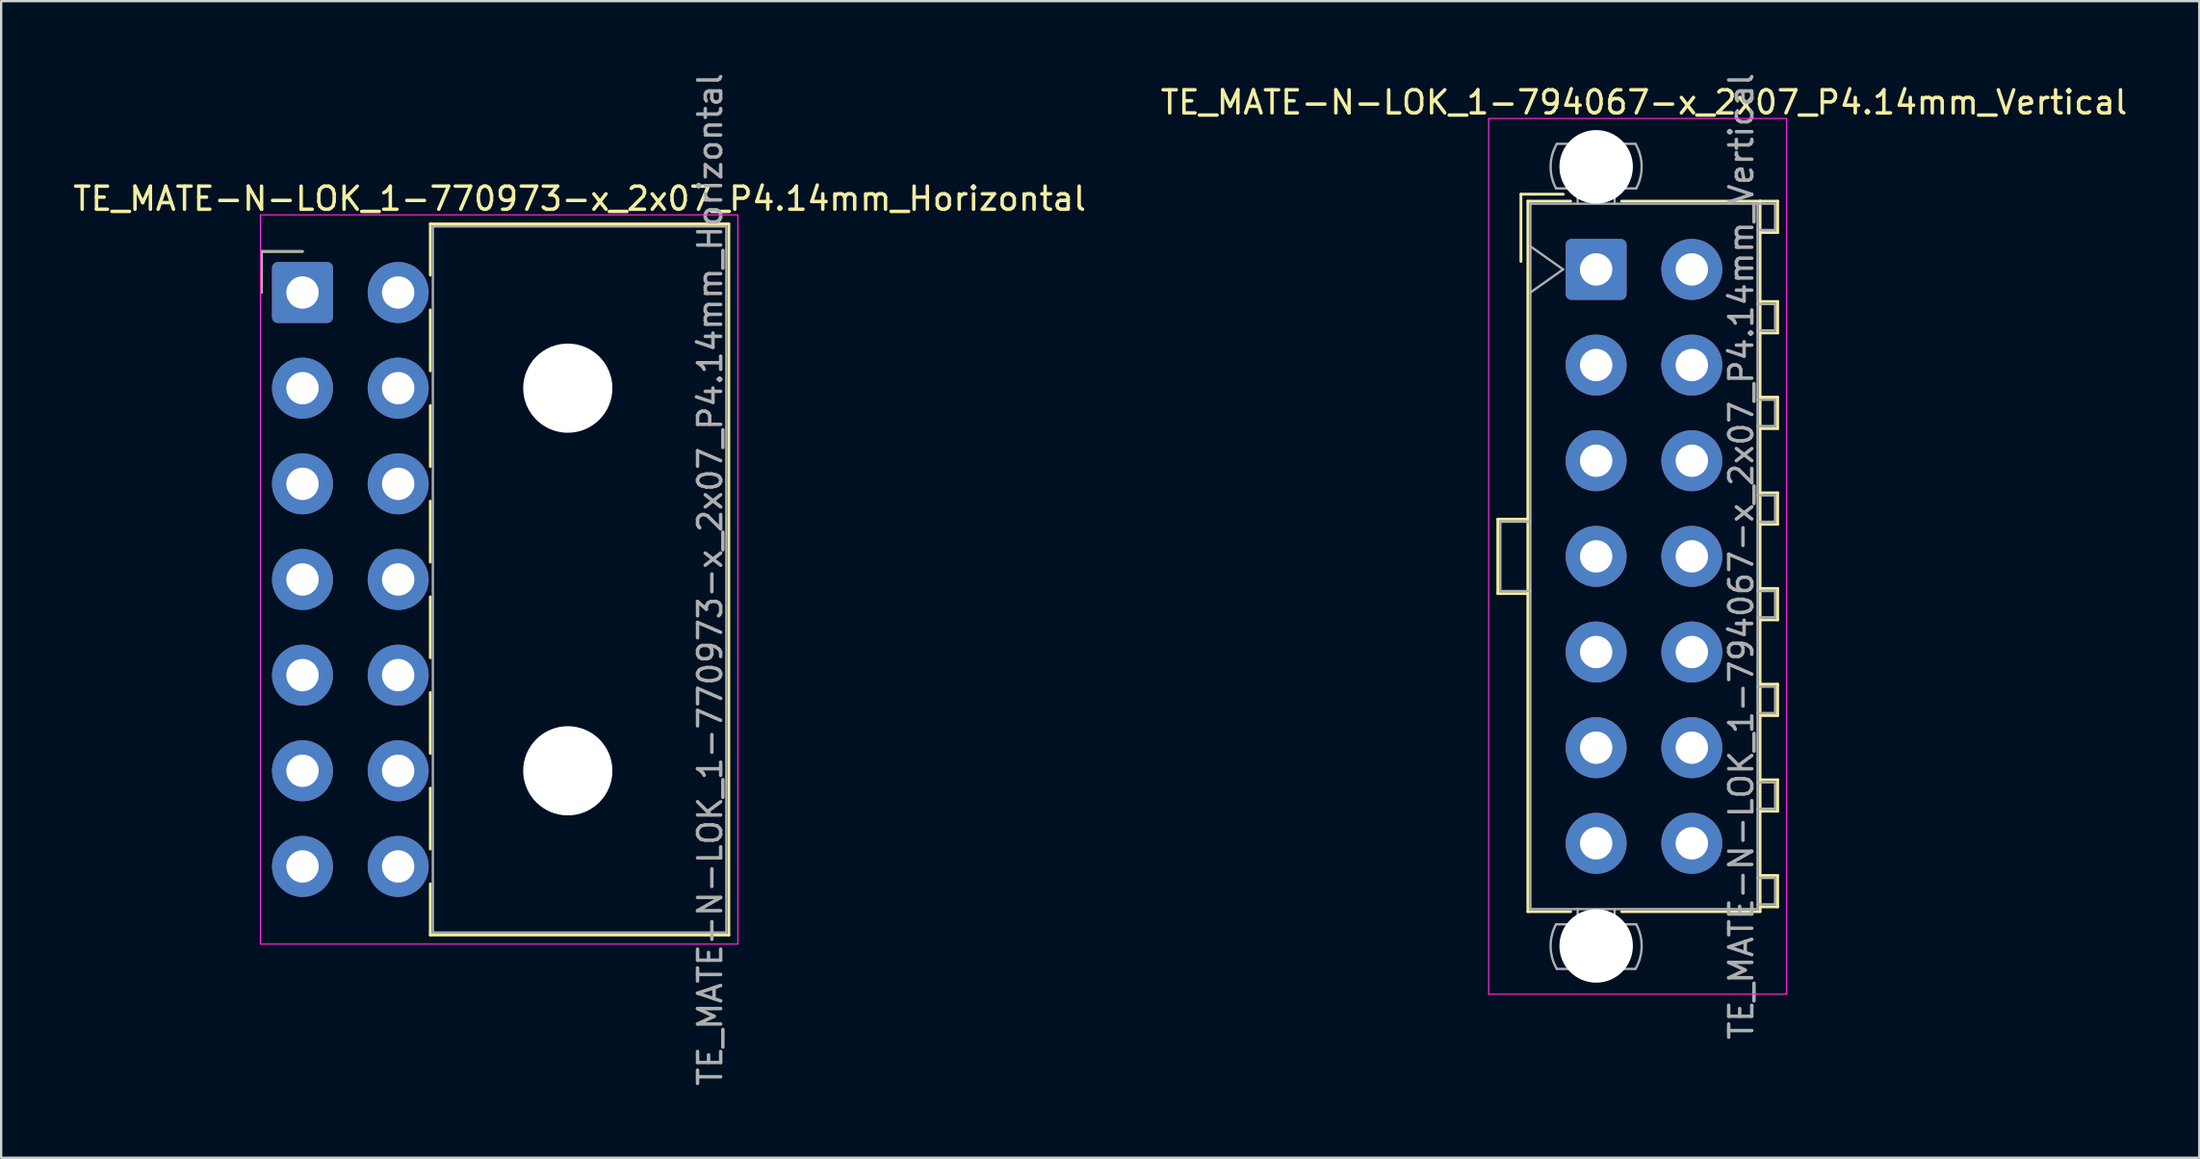
<source format=kicad_pcb>
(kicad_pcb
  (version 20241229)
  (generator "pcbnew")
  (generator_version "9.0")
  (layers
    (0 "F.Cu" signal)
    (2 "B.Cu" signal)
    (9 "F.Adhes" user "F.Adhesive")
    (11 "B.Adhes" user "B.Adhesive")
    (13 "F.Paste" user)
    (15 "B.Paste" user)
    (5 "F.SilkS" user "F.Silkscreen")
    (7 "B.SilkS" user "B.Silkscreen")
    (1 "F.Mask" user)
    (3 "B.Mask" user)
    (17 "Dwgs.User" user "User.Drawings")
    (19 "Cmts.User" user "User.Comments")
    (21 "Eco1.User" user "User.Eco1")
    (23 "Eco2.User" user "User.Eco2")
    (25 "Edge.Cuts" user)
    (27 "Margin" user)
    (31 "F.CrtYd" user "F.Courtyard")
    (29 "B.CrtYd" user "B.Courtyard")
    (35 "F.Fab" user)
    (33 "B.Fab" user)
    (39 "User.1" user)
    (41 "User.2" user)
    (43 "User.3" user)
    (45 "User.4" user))
  (footprint "TE_MATE-N-LOK_1-770973-x_2x07_P4.14mm_Horizontal"
    (layer "F.Cu")
    (at 10.04 9.61)
    (property "Reference" "TE_MATE-N-LOK_1-770973-x_2x07_P4.14mm_Horizontal" (at 11.99 -4.06 0) (layer "F.SilkS") (effects (font (size 1 1) (thickness 0.15))))
    (attr through_hole)
    (fp_line (start -1.78 -1.78) (end -1.78 0) (stroke (width 0.12) (type solid)) (layer "F.SilkS"))
    (fp_line (start 0 -1.78) (end -1.78 -1.78) (stroke (width 0.12) (type solid)) (layer "F.SilkS"))
    (fp_line (start 5.53 -2.97) (end 18.45 -2.97) (stroke (width 0.12) (type solid)) (layer "F.SilkS"))
    (fp_line (start 5.53 -0.751) (end 5.53 -2.97) (stroke (width 0.12) (type solid)) (layer "F.SilkS"))
    (fp_line (start 5.53 0.751) (end 5.53 3.389) (stroke (width 0.12) (type solid)) (layer "F.SilkS"))
    (fp_line (start 5.53 4.891) (end 5.53 7.529) (stroke (width 0.12) (type solid)) (layer "F.SilkS"))
    (fp_line (start 5.53 9.031) (end 5.53 11.669) (stroke (width 0.12) (type solid)) (layer "F.SilkS"))
    (fp_line (start 5.53 13.171) (end 5.53 15.809) (stroke (width 0.12) (type solid)) (layer "F.SilkS"))
    (fp_line (start 5.53 17.311) (end 5.53 19.949) (stroke (width 0.12) (type solid)) (layer "F.SilkS"))
    (fp_line (start 5.53 21.451) (end 5.53 24.089) (stroke (width 0.12) (type solid)) (layer "F.SilkS"))
    (fp_line (start 5.53 27.81) (end 5.53 25.591) (stroke (width 0.12) (type solid)) (layer "F.SilkS"))
    (fp_line (start 18.45 -2.97) (end 18.45 27.81) (stroke (width 0.12) (type solid)) (layer "F.SilkS"))
    (fp_line (start 18.45 27.81) (end 5.53 27.81) (stroke (width 0.12) (type solid)) (layer "F.SilkS"))
    (fp_line (start -1.82 -3.36) (end -1.82 28.2) (stroke (width 0.05) (type solid)) (layer "F.CrtYd"))
    (fp_line (start -1.82 28.2) (end 18.84 28.2) (stroke (width 0.05) (type solid)) (layer "F.CrtYd"))
    (fp_line (start 18.84 -3.36) (end -1.82 -3.36) (stroke (width 0.05) (type solid)) (layer "F.CrtYd"))
    (fp_line (start 18.84 28.2) (end 18.84 -3.36) (stroke (width 0.05) (type solid)) (layer "F.CrtYd"))
    (fp_line (start -1.78 -1.78) (end -1.78 0) (stroke (width 0.1) (type solid)) (layer "F.Fab"))
    (fp_line (start 0 -1.78) (end -1.78 -1.78) (stroke (width 0.1) (type solid)) (layer "F.Fab"))
    (fp_line (start 5.64 -2.86) (end 5.64 27.7) (stroke (width 0.1) (type solid)) (layer "F.Fab"))
    (fp_line (start 5.64 27.7) (end 18.34 27.7) (stroke (width 0.1) (type solid)) (layer "F.Fab"))
    (fp_line (start 18.34 -2.86) (end 5.64 -2.86) (stroke (width 0.1) (type solid)) (layer "F.Fab"))
    (fp_line (start 18.34 27.7) (end 18.34 -2.86) (stroke (width 0.1) (type solid)) (layer "F.Fab"))
    (fp_text user "${REFERENCE}" (at 17.64 12.42 90) (layer "F.Fab") (effects (font (size 1 1) (thickness 0.15))))
    (pad "" np_thru_hole circle (at 11.48 4.14) (size 3.86 3.86) (drill 3.86) (layers "*.Cu" "*.Mask"))
    (pad "" np_thru_hole circle (at 11.48 20.7) (size 3.86 3.86) (drill 3.86) (layers "*.Cu" "*.Mask"))
    (pad "1" thru_hole roundrect (at 0 0) (size 2.64 2.64) (drill 1.4) (layers "*.Cu" "*.Mask") (roundrect_rratio 0.095))
    (pad "2" thru_hole circle (at 0 4.14) (size 2.64 2.64) (drill 1.4) (layers "*.Cu" "*.Mask"))
    (pad "3" thru_hole circle (at 0 8.28) (size 2.64 2.64) (drill 1.4) (layers "*.Cu" "*.Mask"))
    (pad "4" thru_hole circle (at 0 12.42) (size 2.64 2.64) (drill 1.4) (layers "*.Cu" "*.Mask"))
    (pad "5" thru_hole circle (at 0 16.56) (size 2.64 2.64) (drill 1.4) (layers "*.Cu" "*.Mask"))
    (pad "6" thru_hole circle (at 0 20.7) (size 2.64 2.64) (drill 1.4) (layers "*.Cu" "*.Mask"))
    (pad "7" thru_hole circle (at 0 24.84) (size 2.64 2.64) (drill 1.4) (layers "*.Cu" "*.Mask"))
    (pad "8" thru_hole circle (at 4.14 0) (size 2.64 2.64) (drill 1.4) (layers "*.Cu" "*.Mask"))
    (pad "9" thru_hole circle (at 4.14 4.14) (size 2.64 2.64) (drill 1.4) (layers "*.Cu" "*.Mask"))
    (pad "10" thru_hole circle (at 4.14 8.28) (size 2.64 2.64) (drill 1.4) (layers "*.Cu" "*.Mask"))
    (pad "11" thru_hole circle (at 4.14 12.42) (size 2.64 2.64) (drill 1.4) (layers "*.Cu" "*.Mask"))
    (pad "12" thru_hole circle (at 4.14 16.56) (size 2.64 2.64) (drill 1.4) (layers "*.Cu" "*.Mask"))
    (pad "13" thru_hole circle (at 4.14 20.7) (size 2.64 2.64) (drill 1.4) (layers "*.Cu" "*.Mask"))
    (pad "14" thru_hole circle (at 4.14 24.84) (size 2.64 2.64) (drill 1.4) (layers "*.Cu" "*.Mask")))
  (footprint "TE_MATE-N-LOK_1-794067-x_2x07_P4.14mm_Vertical"
    (layer "F.Cu")
    (at 66.019 8.61)
    (property "Reference" "TE_MATE-N-LOK_1-794067-x_2x07_P4.14mm_Vertical" (at 2.07 -7.23 0) (layer "F.SilkS") (effects (font (size 1 1) (thickness 0.15))))
    (attr through_hole)
    (fp_line (start -4.255 10.81) (end -4.255 14.03) (stroke (width 0.12) (type solid)) (layer "F.SilkS"))
    (fp_line (start -4.255 14.03) (end -2.955 14.03) (stroke (width 0.12) (type solid)) (layer "F.SilkS"))
    (fp_line (start -3.255 -3.255) (end -3.255 -0.345) (stroke (width 0.12) (type solid)) (layer "F.SilkS"))
    (fp_line (start -2.955 -2.955) (end -2.955 27.795) (stroke (width 0.12) (type solid)) (layer "F.SilkS"))
    (fp_line (start -2.955 10.81) (end -4.255 10.81) (stroke (width 0.12) (type solid)) (layer "F.SilkS"))
    (fp_line (start -2.955 27.795) (end -1.103 27.795) (stroke (width 0.12) (type solid)) (layer "F.SilkS"))
    (fp_line (start -1.421 -3.255) (end -3.255 -3.255) (stroke (width 0.12) (type solid)) (layer "F.SilkS"))
    (fp_line (start -1.103 -2.955) (end -2.955 -2.955) (stroke (width 0.12) (type solid)) (layer "F.SilkS"))
    (fp_line (start 1.103 -2.955) (end 7.095 -2.955) (stroke (width 0.12) (type solid)) (layer "F.SilkS"))
    (fp_line (start 7.095 -2.955) (end 7.095 27.795) (stroke (width 0.12) (type solid)) (layer "F.SilkS"))
    (fp_line (start 7.095 -2.955) (end 7.855 -2.955) (stroke (width 0.12) (type solid)) (layer "F.SilkS"))
    (fp_line (start 7.095 1.39) (end 7.855 1.39) (stroke (width 0.12) (type solid)) (layer "F.SilkS"))
    (fp_line (start 7.095 5.53) (end 7.855 5.53) (stroke (width 0.12) (type solid)) (layer "F.SilkS"))
    (fp_line (start 7.095 9.67) (end 7.855 9.67) (stroke (width 0.12) (type solid)) (layer "F.SilkS"))
    (fp_line (start 7.095 13.81) (end 7.855 13.81) (stroke (width 0.12) (type solid)) (layer "F.SilkS"))
    (fp_line (start 7.095 17.95) (end 7.855 17.95) (stroke (width 0.12) (type solid)) (layer "F.SilkS"))
    (fp_line (start 7.095 22.09) (end 7.855 22.09) (stroke (width 0.12) (type solid)) (layer "F.SilkS"))
    (fp_line (start 7.095 26.23) (end 7.855 26.23) (stroke (width 0.12) (type solid)) (layer "F.SilkS"))
    (fp_line (start 7.095 27.795) (end 1.103 27.795) (stroke (width 0.12) (type solid)) (layer "F.SilkS"))
    (fp_line (start 7.855 -2.955) (end 7.855 -1.595) (stroke (width 0.12) (type solid)) (layer "F.SilkS"))
    (fp_line (start 7.855 -1.595) (end 7.095 -1.595) (stroke (width 0.12) (type solid)) (layer "F.SilkS"))
    (fp_line (start 7.855 1.39) (end 7.855 2.75) (stroke (width 0.12) (type solid)) (layer "F.SilkS"))
    (fp_line (start 7.855 2.75) (end 7.095 2.75) (stroke (width 0.12) (type solid)) (layer "F.SilkS"))
    (fp_line (start 7.855 5.53) (end 7.855 6.89) (stroke (width 0.12) (type solid)) (layer "F.SilkS"))
    (fp_line (start 7.855 6.89) (end 7.095 6.89) (stroke (width 0.12) (type solid)) (layer "F.SilkS"))
    (fp_line (start 7.855 9.67) (end 7.855 11.03) (stroke (width 0.12) (type solid)) (layer "F.SilkS"))
    (fp_line (start 7.855 11.03) (end 7.095 11.03) (stroke (width 0.12) (type solid)) (layer "F.SilkS"))
    (fp_line (start 7.855 13.81) (end 7.855 15.17) (stroke (width 0.12) (type solid)) (layer "F.SilkS"))
    (fp_line (start 7.855 15.17) (end 7.095 15.17) (stroke (width 0.12) (type solid)) (layer "F.SilkS"))
    (fp_line (start 7.855 17.95) (end 7.855 19.31) (stroke (width 0.12) (type solid)) (layer "F.SilkS"))
    (fp_line (start 7.855 19.31) (end 7.095 19.31) (stroke (width 0.12) (type solid)) (layer "F.SilkS"))
    (fp_line (start 7.855 22.09) (end 7.855 23.45) (stroke (width 0.12) (type solid)) (layer "F.SilkS"))
    (fp_line (start 7.855 23.45) (end 7.095 23.45) (stroke (width 0.12) (type solid)) (layer "F.SilkS"))
    (fp_line (start 7.855 26.23) (end 7.855 27.59) (stroke (width 0.12) (type solid)) (layer "F.SilkS"))
    (fp_line (start 7.855 27.59) (end 7.095 27.59) (stroke (width 0.12) (type solid)) (layer "F.SilkS"))
    (fp_line (start -4.65 -6.53) (end -4.65 31.37) (stroke (width 0.05) (type solid)) (layer "F.CrtYd"))
    (fp_line (start -4.65 31.37) (end 8.24 31.37) (stroke (width 0.05) (type solid)) (layer "F.CrtYd"))
    (fp_line (start 8.24 -6.53) (end -4.65 -6.53) (stroke (width 0.05) (type solid)) (layer "F.CrtYd"))
    (fp_line (start 8.24 31.37) (end 8.24 -6.53) (stroke (width 0.05) (type solid)) (layer "F.CrtYd"))
    (fp_line (start -4.145 10.92) (end -4.145 13.92) (stroke (width 0.1) (type solid)) (layer "F.Fab"))
    (fp_line (start -4.145 13.92) (end -2.845 13.92) (stroke (width 0.1) (type solid)) (layer "F.Fab"))
    (fp_line (start -2.845 -2.845) (end -2.845 27.685) (stroke (width 0.1) (type solid)) (layer "F.Fab"))
    (fp_line (start -2.845 -1) (end -1.431 0) (stroke (width 0.1) (type solid)) (layer "F.Fab"))
    (fp_line (start -2.845 10.92) (end -4.145 10.92) (stroke (width 0.1) (type solid)) (layer "F.Fab"))
    (fp_line (start -2.845 27.685) (end 6.985 27.685) (stroke (width 0.1) (type solid)) (layer "F.Fab"))
    (fp_line (start -1.431 0) (end -2.845 1) (stroke (width 0.1) (type solid)) (layer "F.Fab"))
    (fp_line (start -0.8 -2.845) (end -0.8 -3.505) (stroke (width 0.1) (type solid)) (layer "F.Fab"))
    (fp_line (start -0.8 27.685) (end -0.8 28.345) (stroke (width 0.1) (type solid)) (layer "F.Fab"))
    (fp_line (start 0.8 -2.845) (end 0.8 -3.505) (stroke (width 0.1) (type solid)) (layer "F.Fab"))
    (fp_line (start 0.8 27.685) (end 0.8 28.345) (stroke (width 0.1) (type solid)) (layer "F.Fab"))
    (fp_line (start 1.7 -5.436) (end -1.7 -5.436) (stroke (width 0.1) (type solid)) (layer "F.Fab"))
    (fp_line (start 1.7 30.276) (end -1.7 30.276) (stroke (width 0.1) (type solid)) (layer "F.Fab"))
    (fp_line (start 1.734 -3.505) (end -1.734 -3.505) (stroke (width 0.1) (type solid)) (layer "F.Fab"))
    (fp_line (start 1.734 28.345) (end -1.734 28.345) (stroke (width 0.1) (type solid)) (layer "F.Fab"))
    (fp_line (start 6.985 -2.845) (end -2.845 -2.845) (stroke (width 0.1) (type solid)) (layer "F.Fab"))
    (fp_line (start 6.985 -2.845) (end 7.745 -2.845) (stroke (width 0.1) (type solid)) (layer "F.Fab"))
    (fp_line (start 6.985 1.5) (end 7.745 1.5) (stroke (width 0.1) (type solid)) (layer "F.Fab"))
    (fp_line (start 6.985 5.64) (end 7.745 5.64) (stroke (width 0.1) (type solid)) (layer "F.Fab"))
    (fp_line (start 6.985 9.78) (end 7.745 9.78) (stroke (width 0.1) (type solid)) (layer "F.Fab"))
    (fp_line (start 6.985 13.92) (end 7.745 13.92) (stroke (width 0.1) (type solid)) (layer "F.Fab"))
    (fp_line (start 6.985 18.06) (end 7.745 18.06) (stroke (width 0.1) (type solid)) (layer "F.Fab"))
    (fp_line (start 6.985 22.2) (end 7.745 22.2) (stroke (width 0.1) (type solid)) (layer "F.Fab"))
    (fp_line (start 6.985 26.34) (end 7.745 26.34) (stroke (width 0.1) (type solid)) (layer "F.Fab"))
    (fp_line (start 6.985 27.685) (end 6.985 -2.845) (stroke (width 0.1) (type solid)) (layer "F.Fab"))
    (fp_line (start 7.745 -2.845) (end 7.745 -1.705) (stroke (width 0.1) (type solid)) (layer "F.Fab"))
    (fp_line (start 7.745 -1.705) (end 6.985 -1.705) (stroke (width 0.1) (type solid)) (layer "F.Fab"))
    (fp_line (start 7.745 1.5) (end 7.745 2.64) (stroke (width 0.1) (type solid)) (layer "F.Fab"))
    (fp_line (start 7.745 2.64) (end 6.985 2.64) (stroke (width 0.1) (type solid)) (layer "F.Fab"))
    (fp_line (start 7.745 5.64) (end 7.745 6.78) (stroke (width 0.1) (type solid)) (layer "F.Fab"))
    (fp_line (start 7.745 6.78) (end 6.985 6.78) (stroke (width 0.1) (type solid)) (layer "F.Fab"))
    (fp_line (start 7.745 9.78) (end 7.745 10.92) (stroke (width 0.1) (type solid)) (layer "F.Fab"))
    (fp_line (start 7.745 10.92) (end 6.985 10.92) (stroke (width 0.1) (type solid)) (layer "F.Fab"))
    (fp_line (start 7.745 13.92) (end 7.745 15.06) (stroke (width 0.1) (type solid)) (layer "F.Fab"))
    (fp_line (start 7.745 15.06) (end 6.985 15.06) (stroke (width 0.1) (type solid)) (layer "F.Fab"))
    (fp_line (start 7.745 18.06) (end 7.745 19.2) (stroke (width 0.1) (type solid)) (layer "F.Fab"))
    (fp_line (start 7.745 19.2) (end 6.985 19.2) (stroke (width 0.1) (type solid)) (layer "F.Fab"))
    (fp_line (start 7.745 22.2) (end 7.745 23.34) (stroke (width 0.1) (type solid)) (layer "F.Fab"))
    (fp_line (start 7.745 23.34) (end 6.985 23.34) (stroke (width 0.1) (type solid)) (layer "F.Fab"))
    (fp_line (start 7.745 26.34) (end 7.745 27.48) (stroke (width 0.1) (type solid)) (layer "F.Fab"))
    (fp_line (start 7.745 27.48) (end 6.985 27.48) (stroke (width 0.1) (type solid)) (layer "F.Fab"))
    (fp_arc (start -1.733977 -3.505) (mid -1.96969 -4.474992) (end -1.699672 -5.436) (stroke (width 0.1) (type solid)) (layer "F.Fab"))
    (fp_arc (start -1.699672 30.276) (mid -1.969689 29.314992) (end -1.733977 28.345) (stroke (width 0.1) (type solid)) (layer "F.Fab"))
    (fp_arc (start 1.699672 -5.436) (mid 1.969689 -4.474992) (end 1.733977 -3.505) (stroke (width 0.1) (type solid)) (layer "F.Fab"))
    (fp_arc (start 1.733977 28.345) (mid 1.96969 29.314992) (end 1.699672 30.276) (stroke (width 0.1) (type solid)) (layer "F.Fab"))
    (fp_text user "${REFERENCE}" (at 6.28 12.42 90) (layer "F.Fab") (effects (font (size 1 1) (thickness 0.15))))
    (pad "" np_thru_hole circle (at 0 -4.44) (size 3.18 3.18) (drill 3.18) (layers "*.Cu" "*.Mask"))
    (pad "" np_thru_hole circle (at 0 29.28) (size 3.18 3.18) (drill 3.18) (layers "*.Cu" "*.Mask"))
    (pad "1" thru_hole roundrect (at 0 0) (size 2.64 2.64) (drill 1.4) (layers "*.Cu" "*.Mask") (roundrect_rratio 0.095))
    (pad "2" thru_hole circle (at 0 4.14) (size 2.64 2.64) (drill 1.4) (layers "*.Cu" "*.Mask"))
    (pad "3" thru_hole circle (at 0 8.28) (size 2.64 2.64) (drill 1.4) (layers "*.Cu" "*.Mask"))
    (pad "4" thru_hole circle (at 0 12.42) (size 2.64 2.64) (drill 1.4) (layers "*.Cu" "*.Mask"))
    (pad "5" thru_hole circle (at 0 16.56) (size 2.64 2.64) (drill 1.4) (layers "*.Cu" "*.Mask"))
    (pad "6" thru_hole circle (at 0 20.7) (size 2.64 2.64) (drill 1.4) (layers "*.Cu" "*.Mask"))
    (pad "7" thru_hole circle (at 0 24.84) (size 2.64 2.64) (drill 1.4) (layers "*.Cu" "*.Mask"))
    (pad "8" thru_hole circle (at 4.14 0) (size 2.64 2.64) (drill 1.4) (layers "*.Cu" "*.Mask"))
    (pad "9" thru_hole circle (at 4.14 4.14) (size 2.64 2.64) (drill 1.4) (layers "*.Cu" "*.Mask"))
    (pad "10" thru_hole circle (at 4.14 8.28) (size 2.64 2.64) (drill 1.4) (layers "*.Cu" "*.Mask"))
    (pad "11" thru_hole circle (at 4.14 12.42) (size 2.64 2.64) (drill 1.4) (layers "*.Cu" "*.Mask"))
    (pad "12" thru_hole circle (at 4.14 16.56) (size 2.64 2.64) (drill 1.4) (layers "*.Cu" "*.Mask"))
    (pad "13" thru_hole circle (at 4.14 20.7) (size 2.64 2.64) (drill 1.4) (layers "*.Cu" "*.Mask"))
    (pad "14" thru_hole circle (at 4.14 24.84) (size 2.64 2.64) (drill 1.4) (layers "*.Cu" "*.Mask")))
  (gr_rect
    (start -3 -3)
    (end 92.119 47.06)
    (stroke (width 0.1) (type default))
    (fill no)
    (layer "Edge.Cuts")))
</source>
